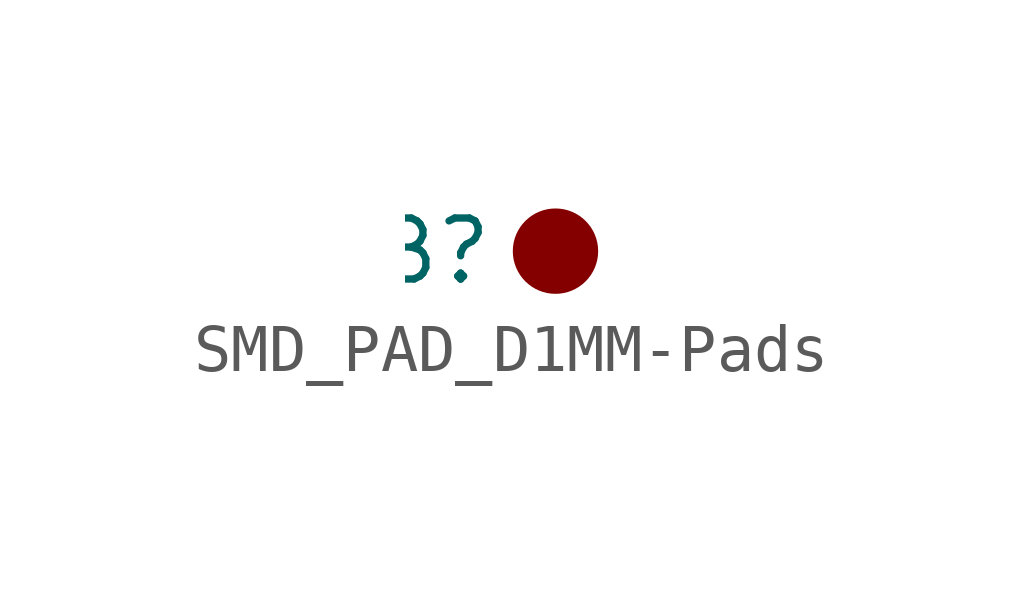
<source format=kicad_sym>
(kicad_symbol_lib
  (version 20200126)
  (host kicad_symbol_editor "(5.99.0-2809-gaceed2b0a4)")
  (symbol "LCD_Board-rescue:SMD_PAD_D1MM-Pads"
    (pin_names
      (offset 1.27))
    (property "Reference" "B"
      (at -1.27 0 0)
      (effects (font (size 1.27 1.27)) (justify right)))
    (property "ki_locked" ""
      (at 0 0 0)
      (effects (font (size 1.27 1.27))))
    (symbol "SMD_PAD_D1MM-Pads_0_1"
      (circle (center 0 0) (radius 0.762) (stroke (width 0)) (fill (type outline)))
      (circle (center 0 0) (radius 0.762) (stroke (width 0.254)) (fill (type background)))
      (pin bidirectional line (at 0 0 180) (length 0) (name "1" (effects (font (size 0 0)))) (number "1" (effects (font (size 0 0))))))))
</source>
